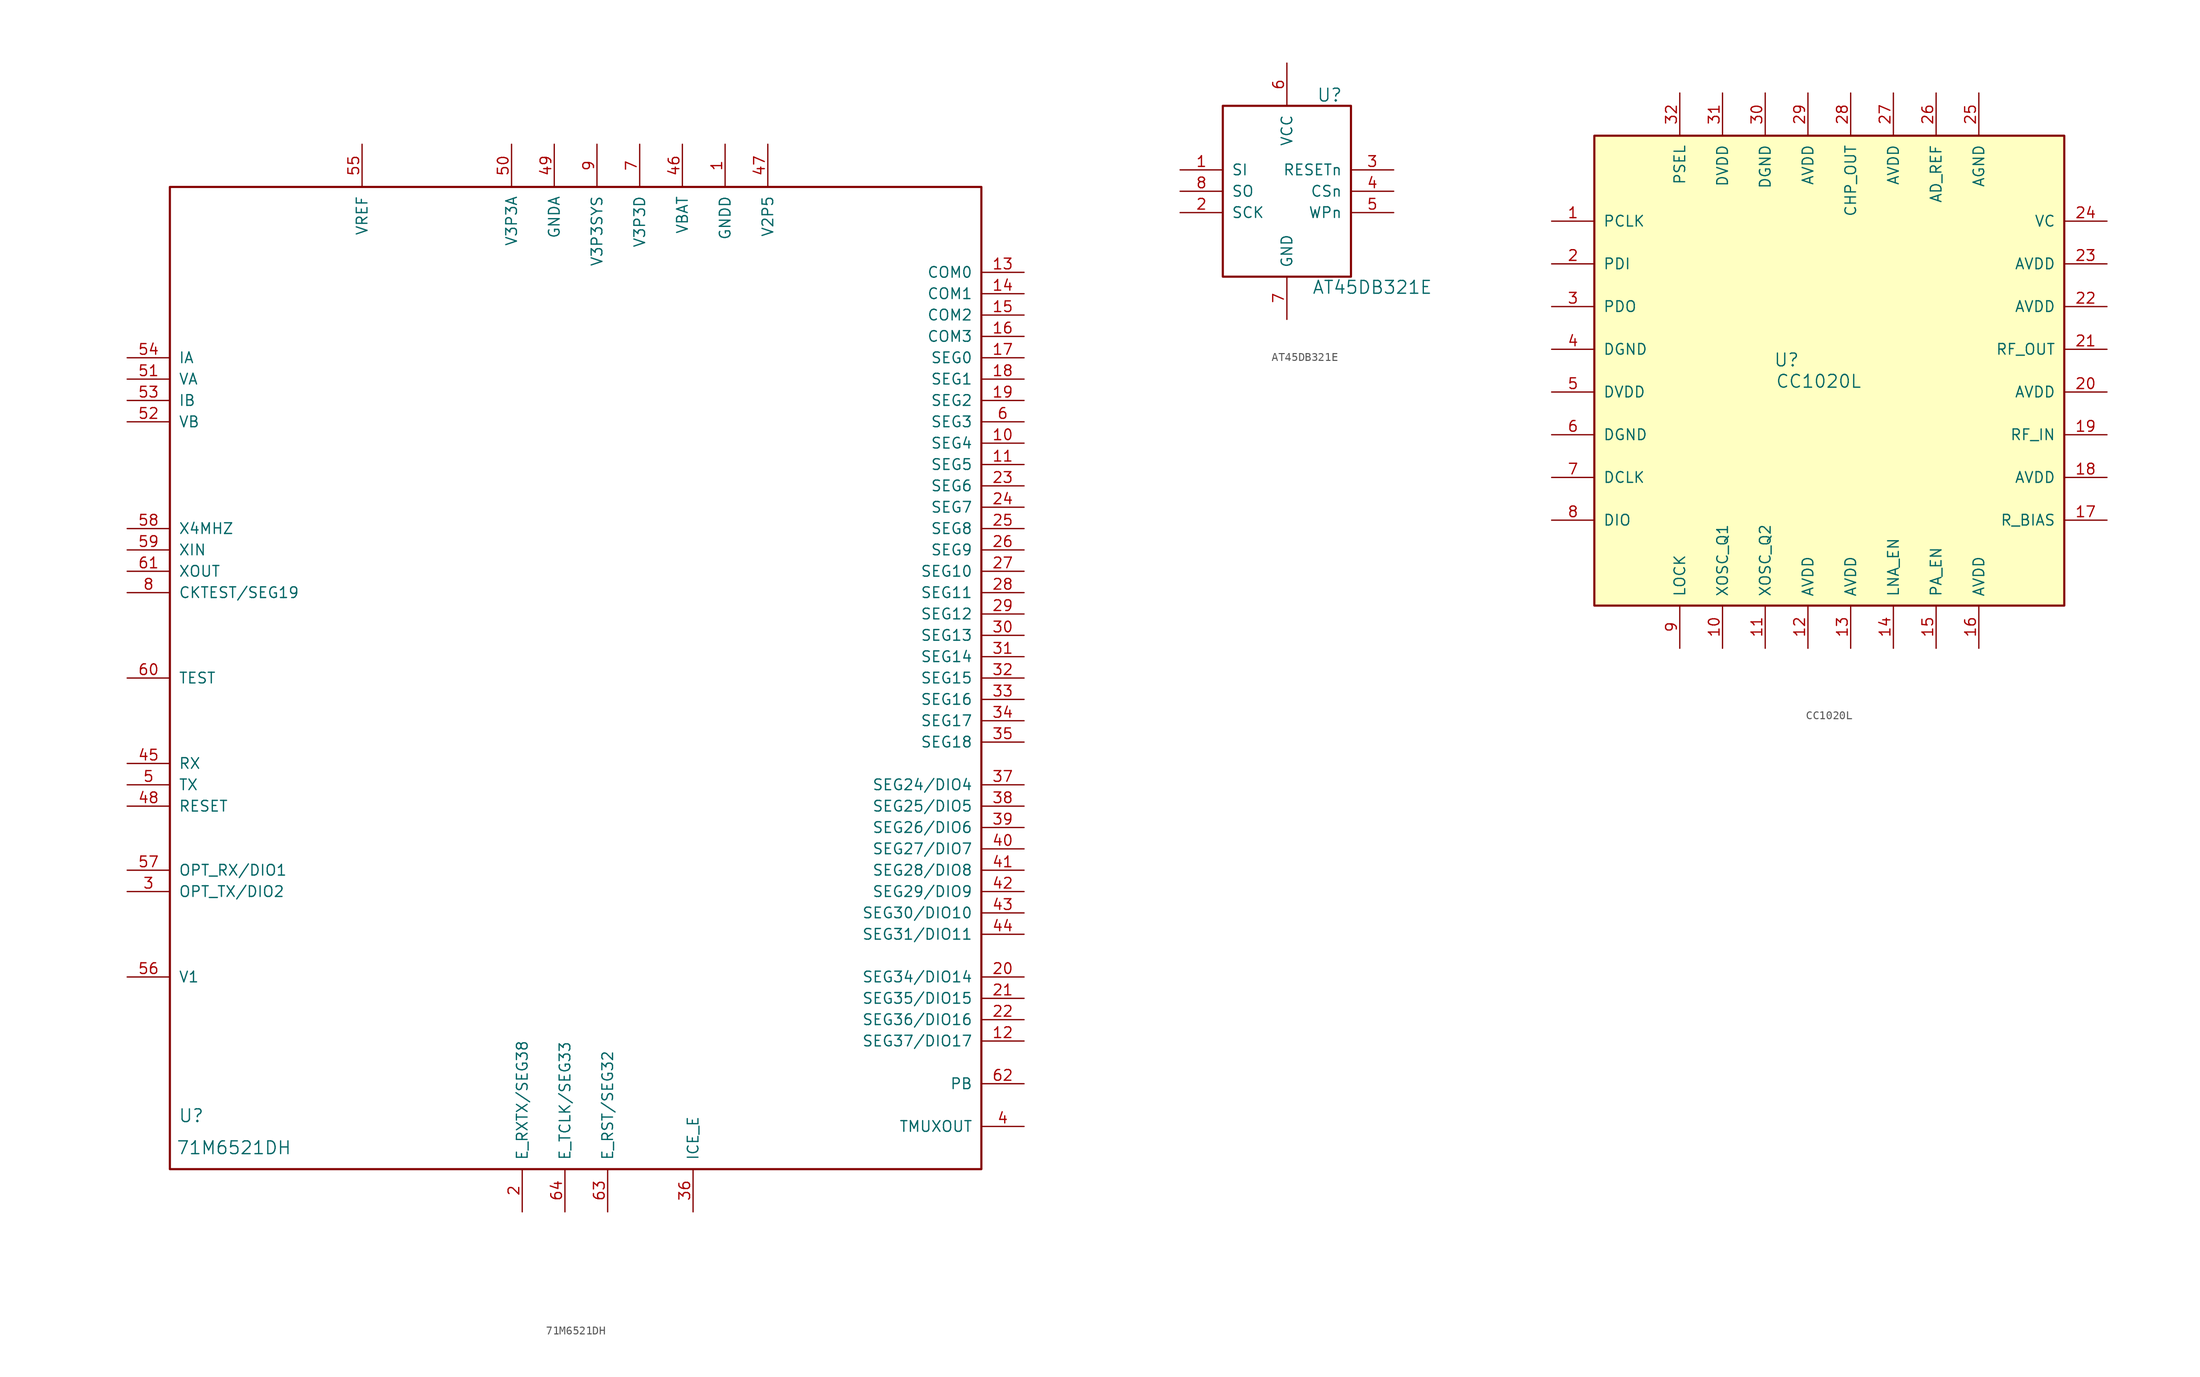
<source format=kicad_sym>
(kicad_symbol_lib
  (version 20220914)
  (generator kicad_symbol_editor)
  (symbol "71M6521DH"
    (pin_names
      (offset 1.016))
    (property "Reference" "U"
      (at -34.29 -52.07 0)
      (effects (font (size 1.524 1.524))))
    (property "Value" "71M6521DH"
      (at -29.21 -55.88 0)
      (effects (font (size 1.524 1.524))))
    (symbol "71M6521DH_1_1"
      (rectangle (start -36.83 58.42) (end 59.69 -58.42) (stroke (width 0.254) (type solid)) (fill (type none)))
      (pin power_in line (at 29.21 63.5 270) (length 5.08) (name "GNDD" (effects (font (size 1.27 1.27)))) (number "1" (effects (font (size 1.27 1.27)))))
      (pin output line (at 64.77 27.94 180) (length 5.08) (name "SEG4" (effects (font (size 1.27 1.27)))) (number "10" (effects (font (size 1.27 1.27)))))
      (pin output line (at 64.77 25.4 180) (length 5.08) (name "SEG5" (effects (font (size 1.27 1.27)))) (number "11" (effects (font (size 1.27 1.27)))))
      (pin output line (at 64.77 -43.18 180) (length 5.08) (name "SEG37/DIO17" (effects (font (size 1.27 1.27)))) (number "12" (effects (font (size 1.27 1.27)))))
      (pin output line (at 64.77 48.26 180) (length 5.08) (name "COM0" (effects (font (size 1.27 1.27)))) (number "13" (effects (font (size 1.27 1.27)))))
      (pin output line (at 64.77 45.72 180) (length 5.08) (name "COM1" (effects (font (size 1.27 1.27)))) (number "14" (effects (font (size 1.27 1.27)))))
      (pin output line (at 64.77 43.18 180) (length 5.08) (name "COM2" (effects (font (size 1.27 1.27)))) (number "15" (effects (font (size 1.27 1.27)))))
      (pin output line (at 64.77 40.64 180) (length 5.08) (name "COM3" (effects (font (size 1.27 1.27)))) (number "16" (effects (font (size 1.27 1.27)))))
      (pin output line (at 64.77 38.1 180) (length 5.08) (name "SEG0" (effects (font (size 1.27 1.27)))) (number "17" (effects (font (size 1.27 1.27)))))
      (pin output line (at 64.77 35.56 180) (length 5.08) (name "SEG1" (effects (font (size 1.27 1.27)))) (number "18" (effects (font (size 1.27 1.27)))))
      (pin output line (at 64.77 33.02 180) (length 5.08) (name "SEG2" (effects (font (size 1.27 1.27)))) (number "19" (effects (font (size 1.27 1.27)))))
      (pin bidirectional line (at 5.08 -63.5 90) (length 5.08) (name "E_RXTX/SEG38" (effects (font (size 1.27 1.27)))) (number "2" (effects (font (size 1.27 1.27)))))
      (pin output line (at 64.77 -35.56 180) (length 5.08) (name "SEG34/DIO14" (effects (font (size 1.27 1.27)))) (number "20" (effects (font (size 1.27 1.27)))))
      (pin output line (at 64.77 -38.1 180) (length 5.08) (name "SEG35/DIO15" (effects (font (size 1.27 1.27)))) (number "21" (effects (font (size 1.27 1.27)))))
      (pin output line (at 64.77 -40.64 180) (length 5.08) (name "SEG36/DIO16" (effects (font (size 1.27 1.27)))) (number "22" (effects (font (size 1.27 1.27)))))
      (pin output line (at 64.77 22.86 180) (length 5.08) (name "SEG6" (effects (font (size 1.27 1.27)))) (number "23" (effects (font (size 1.27 1.27)))))
      (pin output line (at 64.77 20.32 180) (length 5.08) (name "SEG7" (effects (font (size 1.27 1.27)))) (number "24" (effects (font (size 1.27 1.27)))))
      (pin output line (at 64.77 17.78 180) (length 5.08) (name "SEG8" (effects (font (size 1.27 1.27)))) (number "25" (effects (font (size 1.27 1.27)))))
      (pin output line (at 64.77 15.24 180) (length 5.08) (name "SEG9" (effects (font (size 1.27 1.27)))) (number "26" (effects (font (size 1.27 1.27)))))
      (pin output line (at 64.77 12.7 180) (length 5.08) (name "SEG10" (effects (font (size 1.27 1.27)))) (number "27" (effects (font (size 1.27 1.27)))))
      (pin output line (at 64.77 10.16 180) (length 5.08) (name "SEG11" (effects (font (size 1.27 1.27)))) (number "28" (effects (font (size 1.27 1.27)))))
      (pin output line (at 64.77 7.62 180) (length 5.08) (name "SEG12" (effects (font (size 1.27 1.27)))) (number "29" (effects (font (size 1.27 1.27)))))
      (pin bidirectional line (at -41.91 -25.4 0) (length 5.08) (name "OPT_TX/DIO2" (effects (font (size 1.27 1.27)))) (number "3" (effects (font (size 1.27 1.27)))))
      (pin output line (at 64.77 5.08 180) (length 5.08) (name "SEG13" (effects (font (size 1.27 1.27)))) (number "30" (effects (font (size 1.27 1.27)))))
      (pin output line (at 64.77 2.54 180) (length 5.08) (name "SEG14" (effects (font (size 1.27 1.27)))) (number "31" (effects (font (size 1.27 1.27)))))
      (pin output line (at 64.77 0 180) (length 5.08) (name "SEG15" (effects (font (size 1.27 1.27)))) (number "32" (effects (font (size 1.27 1.27)))))
      (pin output line (at 64.77 -2.54 180) (length 5.08) (name "SEG16" (effects (font (size 1.27 1.27)))) (number "33" (effects (font (size 1.27 1.27)))))
      (pin output line (at 64.77 -5.08 180) (length 5.08) (name "SEG17" (effects (font (size 1.27 1.27)))) (number "34" (effects (font (size 1.27 1.27)))))
      (pin output line (at 64.77 -7.62 180) (length 5.08) (name "SEG18" (effects (font (size 1.27 1.27)))) (number "35" (effects (font (size 1.27 1.27)))))
      (pin output line (at 25.4 -63.5 90) (length 5.08) (name "ICE_E" (effects (font (size 1.27 1.27)))) (number "36" (effects (font (size 1.27 1.27)))))
      (pin output line (at 64.77 -12.7 180) (length 5.08) (name "SEG24/DIO4" (effects (font (size 1.27 1.27)))) (number "37" (effects (font (size 1.27 1.27)))))
      (pin output line (at 64.77 -15.24 180) (length 5.08) (name "SEG25/DIO5" (effects (font (size 1.27 1.27)))) (number "38" (effects (font (size 1.27 1.27)))))
      (pin output line (at 64.77 -17.78 180) (length 5.08) (name "SEG26/DIO6" (effects (font (size 1.27 1.27)))) (number "39" (effects (font (size 1.27 1.27)))))
      (pin output line (at 64.77 -53.34 180) (length 5.08) (name "TMUXOUT" (effects (font (size 1.27 1.27)))) (number "4" (effects (font (size 1.27 1.27)))))
      (pin output line (at 64.77 -20.32 180) (length 5.08) (name "SEG27/DIO7" (effects (font (size 1.27 1.27)))) (number "40" (effects (font (size 1.27 1.27)))))
      (pin output line (at 64.77 -22.86 180) (length 5.08) (name "SEG28/DIO8" (effects (font (size 1.27 1.27)))) (number "41" (effects (font (size 1.27 1.27)))))
      (pin output line (at 64.77 -25.4 180) (length 5.08) (name "SEG29/DIO9" (effects (font (size 1.27 1.27)))) (number "42" (effects (font (size 1.27 1.27)))))
      (pin output line (at 64.77 -27.94 180) (length 5.08) (name "SEG30/DIO10" (effects (font (size 1.27 1.27)))) (number "43" (effects (font (size 1.27 1.27)))))
      (pin output line (at 64.77 -30.48 180) (length 5.08) (name "SEG31/DIO11" (effects (font (size 1.27 1.27)))) (number "44" (effects (font (size 1.27 1.27)))))
      (pin input line (at -41.91 -10.16 0) (length 5.08) (name "RX" (effects (font (size 1.27 1.27)))) (number "45" (effects (font (size 1.27 1.27)))))
      (pin power_in line (at 24.13 63.5 270) (length 5.08) (name "VBAT" (effects (font (size 1.27 1.27)))) (number "46" (effects (font (size 1.27 1.27)))))
      (pin power_in line (at 34.29 63.5 270) (length 5.08) (name "V2P5" (effects (font (size 1.27 1.27)))) (number "47" (effects (font (size 1.27 1.27)))))
      (pin input line (at -41.91 -15.24 0) (length 5.08) (name "RESET" (effects (font (size 1.27 1.27)))) (number "48" (effects (font (size 1.27 1.27)))))
      (pin input line (at 8.89 63.5 270) (length 5.08) (name "GNDA" (effects (font (size 1.27 1.27)))) (number "49" (effects (font (size 1.27 1.27)))))
      (pin output line (at -41.91 -12.7 0) (length 5.08) (name "TX" (effects (font (size 1.27 1.27)))) (number "5" (effects (font (size 1.27 1.27)))))
      (pin input line (at 3.81 63.5 270) (length 5.08) (name "V3P3A" (effects (font (size 1.27 1.27)))) (number "50" (effects (font (size 1.27 1.27)))))
      (pin input line (at -41.91 35.56 0) (length 5.08) (name "VA" (effects (font (size 1.27 1.27)))) (number "51" (effects (font (size 1.27 1.27)))))
      (pin input line (at -41.91 30.48 0) (length 5.08) (name "VB" (effects (font (size 1.27 1.27)))) (number "52" (effects (font (size 1.27 1.27)))))
      (pin input line (at -41.91 33.02 0) (length 5.08) (name "IB" (effects (font (size 1.27 1.27)))) (number "53" (effects (font (size 1.27 1.27)))))
      (pin input line (at -41.91 38.1 0) (length 5.08) (name "IA" (effects (font (size 1.27 1.27)))) (number "54" (effects (font (size 1.27 1.27)))))
      (pin input line (at -13.97 63.5 270) (length 5.08) (name "VREF" (effects (font (size 1.27 1.27)))) (number "55" (effects (font (size 1.27 1.27)))))
      (pin input line (at -41.91 -35.56 0) (length 5.08) (name "V1" (effects (font (size 1.27 1.27)))) (number "56" (effects (font (size 1.27 1.27)))))
      (pin input line (at -41.91 -22.86 0) (length 5.08) (name "OPT_RX/DIO1" (effects (font (size 1.27 1.27)))) (number "57" (effects (font (size 1.27 1.27)))))
      (pin input line (at -41.91 17.78 0) (length 5.08) (name "X4MHZ" (effects (font (size 1.27 1.27)))) (number "58" (effects (font (size 1.27 1.27)))))
      (pin input line (at -41.91 15.24 0) (length 5.08) (name "XIN" (effects (font (size 1.27 1.27)))) (number "59" (effects (font (size 1.27 1.27)))))
      (pin output line (at 64.77 30.48 180) (length 5.08) (name "SEG3" (effects (font (size 1.27 1.27)))) (number "6" (effects (font (size 1.27 1.27)))))
      (pin input line (at -41.91 0 0) (length 5.08) (name "TEST" (effects (font (size 1.27 1.27)))) (number "60" (effects (font (size 1.27 1.27)))))
      (pin input line (at -41.91 12.7 0) (length 5.08) (name "XOUT" (effects (font (size 1.27 1.27)))) (number "61" (effects (font (size 1.27 1.27)))))
      (pin input line (at 64.77 -48.26 180) (length 5.08) (name "PB" (effects (font (size 1.27 1.27)))) (number "62" (effects (font (size 1.27 1.27)))))
      (pin input line (at 15.24 -63.5 90) (length 5.08) (name "E_RST/SEG32" (effects (font (size 1.27 1.27)))) (number "63" (effects (font (size 1.27 1.27)))))
      (pin input line (at 10.16 -63.5 90) (length 5.08) (name "E_TCLK/SEG33" (effects (font (size 1.27 1.27)))) (number "64" (effects (font (size 1.27 1.27)))))
      (pin output line (at 19.05 63.5 270) (length 5.08) (name "V3P3D" (effects (font (size 1.27 1.27)))) (number "7" (effects (font (size 1.27 1.27)))))
      (pin output line (at -41.91 10.16 0) (length 5.08) (name "CKTEST/SEG19" (effects (font (size 1.27 1.27)))) (number "8" (effects (font (size 1.27 1.27)))))
      (pin output line (at 13.97 63.5 270) (length 5.08) (name "V3P3SYS" (effects (font (size 1.27 1.27)))) (number "9" (effects (font (size 1.27 1.27)))))))
  (symbol "AT45DB321E"
    (pin_names
      (offset 1.016))
    (property "Reference" "U"
      (at 5.08 11.43 0)
      (effects (font (size 1.524 1.524))))
    (property "Value" "AT45DB321E"
      (at 10.16 -11.43 0)
      (effects (font (size 1.524 1.524))))
    (symbol "AT45DB321E_1_1"
      (rectangle (start -7.62 10.16) (end 7.62 -10.16) (stroke (width 0.254) (type solid)) (fill (type none)))
      (pin input line (at -12.7 2.54 0) (length 5.08) (name "SI" (effects (font (size 1.27 1.27)))) (number "1" (effects (font (size 1.27 1.27)))))
      (pin input line (at -12.7 -2.54 0) (length 5.08) (name "SCK" (effects (font (size 1.27 1.27)))) (number "2" (effects (font (size 1.27 1.27)))))
      (pin input line (at 12.7 2.54 180) (length 5.08) (name "RESETn" (effects (font (size 1.27 1.27)))) (number "3" (effects (font (size 1.27 1.27)))))
      (pin input line (at 12.7 0 180) (length 5.08) (name "CSn" (effects (font (size 1.27 1.27)))) (number "4" (effects (font (size 1.27 1.27)))))
      (pin input line (at 12.7 -2.54 180) (length 5.08) (name "WPn" (effects (font (size 1.27 1.27)))) (number "5" (effects (font (size 1.27 1.27)))))
      (pin input line (at 0 15.24 270) (length 5.08) (name "VCC" (effects (font (size 1.27 1.27)))) (number "6" (effects (font (size 1.27 1.27)))))
      (pin input line (at 0 -15.24 90) (length 5.08) (name "GND" (effects (font (size 1.27 1.27)))) (number "7" (effects (font (size 1.27 1.27)))))
      (pin input line (at -12.7 0 0) (length 5.08) (name "SO" (effects (font (size 1.27 1.27)))) (number "8" (effects (font (size 1.27 1.27)))))))
  (symbol "CC1020L"
    (pin_names
      (offset 1.016))
    (property "Reference" "U"
      (at -5.08 1.27 0)
      (effects (font (size 1.524 1.524))))
    (property "Value" "CC1020L"
      (at -1.27 -1.27 0)
      (effects (font (size 1.524 1.524))))
    (symbol "CC1020L_0_1"
      (rectangle (start 27.94 27.94) (end -27.94 -27.94) (stroke (width 0.254) (type solid)) (fill (type background))))
    (symbol "CC1020L_1_1"
      (pin input line (at -33.02 17.78 0) (length 5.08) (name "PCLK" (effects (font (size 1.27 1.27)))) (number "1" (effects (font (size 1.27 1.27)))))
      (pin input line (at -12.7 -33.02 90) (length 5.08) (name "XOSC_Q1" (effects (font (size 1.27 1.27)))) (number "10" (effects (font (size 1.27 1.27)))))
      (pin input line (at -7.62 -33.02 90) (length 5.08) (name "XOSC_Q2" (effects (font (size 1.27 1.27)))) (number "11" (effects (font (size 1.27 1.27)))))
      (pin input line (at -2.54 -33.02 90) (length 5.08) (name "AVDD" (effects (font (size 1.27 1.27)))) (number "12" (effects (font (size 1.27 1.27)))))
      (pin input line (at 2.54 -33.02 90) (length 5.08) (name "AVDD" (effects (font (size 1.27 1.27)))) (number "13" (effects (font (size 1.27 1.27)))))
      (pin input line (at 7.62 -33.02 90) (length 5.08) (name "LNA_EN" (effects (font (size 1.27 1.27)))) (number "14" (effects (font (size 1.27 1.27)))))
      (pin input line (at 12.7 -33.02 90) (length 5.08) (name "PA_EN" (effects (font (size 1.27 1.27)))) (number "15" (effects (font (size 1.27 1.27)))))
      (pin input line (at 17.78 -33.02 90) (length 5.08) (name "AVDD" (effects (font (size 1.27 1.27)))) (number "16" (effects (font (size 1.27 1.27)))))
      (pin input line (at 33.02 -17.78 180) (length 5.08) (name "R_BIAS" (effects (font (size 1.27 1.27)))) (number "17" (effects (font (size 1.27 1.27)))))
      (pin input line (at 33.02 -12.7 180) (length 5.08) (name "AVDD" (effects (font (size 1.27 1.27)))) (number "18" (effects (font (size 1.27 1.27)))))
      (pin input line (at 33.02 -7.62 180) (length 5.08) (name "RF_IN" (effects (font (size 1.27 1.27)))) (number "19" (effects (font (size 1.27 1.27)))))
      (pin input line (at -33.02 12.7 0) (length 5.08) (name "PDI" (effects (font (size 1.27 1.27)))) (number "2" (effects (font (size 1.27 1.27)))))
      (pin input line (at 33.02 -2.54 180) (length 5.08) (name "AVDD" (effects (font (size 1.27 1.27)))) (number "20" (effects (font (size 1.27 1.27)))))
      (pin input line (at 33.02 2.54 180) (length 5.08) (name "RF_OUT" (effects (font (size 1.27 1.27)))) (number "21" (effects (font (size 1.27 1.27)))))
      (pin input line (at 33.02 7.62 180) (length 5.08) (name "AVDD" (effects (font (size 1.27 1.27)))) (number "22" (effects (font (size 1.27 1.27)))))
      (pin input line (at 33.02 12.7 180) (length 5.08) (name "AVDD" (effects (font (size 1.27 1.27)))) (number "23" (effects (font (size 1.27 1.27)))))
      (pin input line (at 33.02 17.78 180) (length 5.08) (name "VC" (effects (font (size 1.27 1.27)))) (number "24" (effects (font (size 1.27 1.27)))))
      (pin input line (at 17.78 33.02 270) (length 5.08) (name "AGND" (effects (font (size 1.27 1.27)))) (number "25" (effects (font (size 1.27 1.27)))))
      (pin input line (at 12.7 33.02 270) (length 5.08) (name "AD_REF" (effects (font (size 1.27 1.27)))) (number "26" (effects (font (size 1.27 1.27)))))
      (pin input line (at 7.62 33.02 270) (length 5.08) (name "AVDD" (effects (font (size 1.27 1.27)))) (number "27" (effects (font (size 1.27 1.27)))))
      (pin input line (at 2.54 33.02 270) (length 5.08) (name "CHP_OUT" (effects (font (size 1.27 1.27)))) (number "28" (effects (font (size 1.27 1.27)))))
      (pin input line (at -2.54 33.02 270) (length 5.08) (name "AVDD" (effects (font (size 1.27 1.27)))) (number "29" (effects (font (size 1.27 1.27)))))
      (pin input line (at -33.02 7.62 0) (length 5.08) (name "PDO" (effects (font (size 1.27 1.27)))) (number "3" (effects (font (size 1.27 1.27)))))
      (pin input line (at -7.62 33.02 270) (length 5.08) (name "DGND" (effects (font (size 1.27 1.27)))) (number "30" (effects (font (size 1.27 1.27)))))
      (pin input line (at -12.7 33.02 270) (length 5.08) (name "DVDD" (effects (font (size 1.27 1.27)))) (number "31" (effects (font (size 1.27 1.27)))))
      (pin input line (at -17.78 33.02 270) (length 5.08) (name "PSEL" (effects (font (size 1.27 1.27)))) (number "32" (effects (font (size 1.27 1.27)))))
      (pin input line (at -33.02 2.54 0) (length 5.08) (name "DGND" (effects (font (size 1.27 1.27)))) (number "4" (effects (font (size 1.27 1.27)))))
      (pin input line (at -33.02 -2.54 0) (length 5.08) (name "DVDD" (effects (font (size 1.27 1.27)))) (number "5" (effects (font (size 1.27 1.27)))))
      (pin input line (at -33.02 -7.62 0) (length 5.08) (name "DGND" (effects (font (size 1.27 1.27)))) (number "6" (effects (font (size 1.27 1.27)))))
      (pin input line (at -33.02 -12.7 0) (length 5.08) (name "DCLK" (effects (font (size 1.27 1.27)))) (number "7" (effects (font (size 1.27 1.27)))))
      (pin input line (at -33.02 -17.78 0) (length 5.08) (name "DIO" (effects (font (size 1.27 1.27)))) (number "8" (effects (font (size 1.27 1.27)))))
      (pin input line (at -17.78 -33.02 90) (length 5.08) (name "LOCK" (effects (font (size 1.27 1.27)))) (number "9" (effects (font (size 1.27 1.27))))))))
</source>
